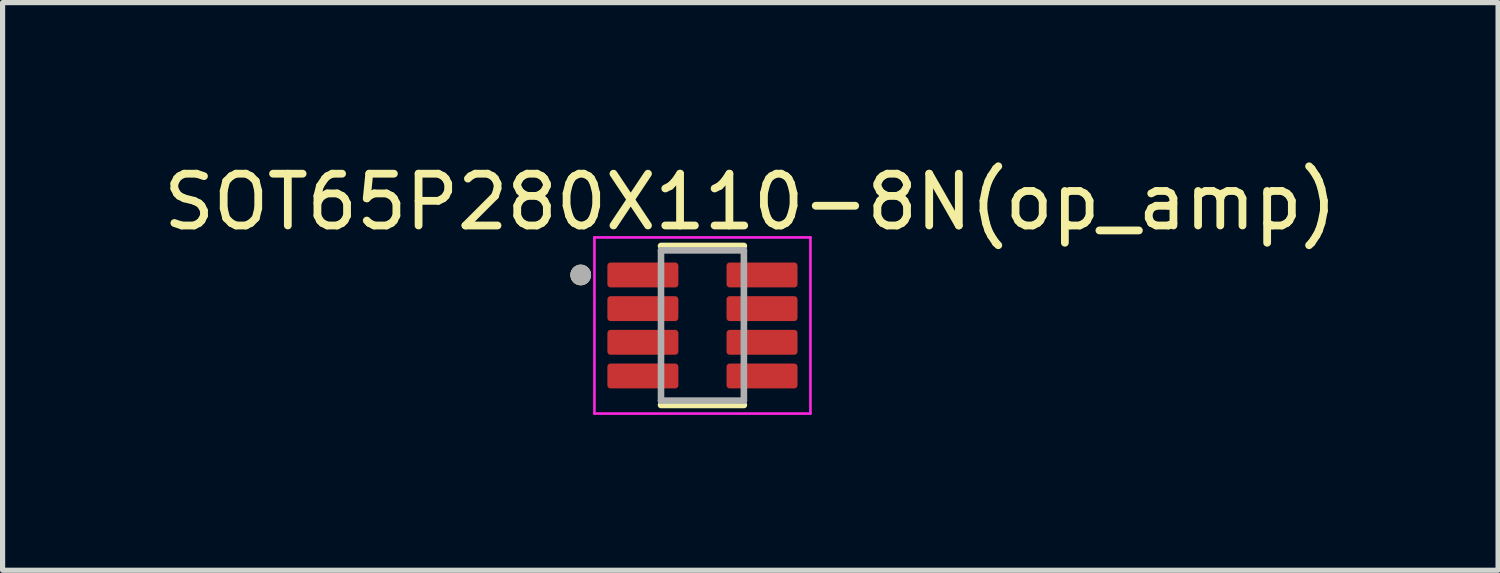
<source format=kicad_pcb>
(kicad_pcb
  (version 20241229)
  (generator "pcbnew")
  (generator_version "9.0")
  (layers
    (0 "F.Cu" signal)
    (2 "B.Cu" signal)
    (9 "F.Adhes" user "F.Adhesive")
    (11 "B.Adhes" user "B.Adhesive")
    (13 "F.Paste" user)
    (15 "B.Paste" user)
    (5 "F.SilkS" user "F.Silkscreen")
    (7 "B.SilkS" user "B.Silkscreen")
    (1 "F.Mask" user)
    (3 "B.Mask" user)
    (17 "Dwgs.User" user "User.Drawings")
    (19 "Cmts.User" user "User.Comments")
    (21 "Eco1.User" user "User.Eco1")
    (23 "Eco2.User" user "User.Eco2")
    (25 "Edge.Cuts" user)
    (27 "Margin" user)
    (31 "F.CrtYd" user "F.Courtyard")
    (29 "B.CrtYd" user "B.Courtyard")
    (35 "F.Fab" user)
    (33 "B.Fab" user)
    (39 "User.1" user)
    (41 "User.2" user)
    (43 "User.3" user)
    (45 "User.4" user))
  (footprint "SOT65P280X110-8N(op_amp)"
    (layer "F.Cu")
    (at 10.51 3.233)
    (property "Reference" "SOT65P280X110-8N(op_amp)" (at 0.925 -2.385 0) (layer "F.SilkS") (effects (font (size 1 1) (thickness 0.15))))
    (attr smd)
    (fp_poly (pts (xy -1.775 -1.265) (xy -0.525 -1.265) (xy -0.519 -1.265) (xy -0.514 -1.264) (xy -0.508 -1.264) (xy -0.502 -1.263) (xy -0.497 -1.261) (xy -0.491 -1.26) (xy -0.486 -1.258) (xy -0.48 -1.255) (xy -0.475 -1.253) (xy -0.47 -1.25) (xy -0.465 -1.247) (xy -0.46 -1.244) (xy -0.456 -1.24) (xy -0.451 -1.237) (xy -0.447 -1.233) (xy -0.443 -1.229) (xy -0.44 -1.224) (xy -0.436 -1.22) (xy -0.433 -1.215) (xy -0.43 -1.21) (xy -0.427 -1.205) (xy -0.425 -1.2) (xy -0.422 -1.194) (xy -0.42 -1.189) (xy -0.419 -1.183) (xy -0.417 -1.178) (xy -0.416 -1.172) (xy -0.416 -1.166) (xy -0.415 -1.161) (xy -0.415 -1.155) (xy -0.415 -0.795) (xy -0.415 -0.789) (xy -0.416 -0.784) (xy -0.416 -0.778) (xy -0.417 -0.772) (xy -0.419 -0.767) (xy -0.42 -0.761) (xy -0.422 -0.756) (xy -0.425 -0.75) (xy -0.427 -0.745) (xy -0.43 -0.74) (xy -0.433 -0.735) (xy -0.436 -0.73) (xy -0.44 -0.726) (xy -0.443 -0.721) (xy -0.447 -0.717) (xy -0.451 -0.713) (xy -0.456 -0.71) (xy -0.46 -0.706) (xy -0.465 -0.703) (xy -0.47 -0.7) (xy -0.475 -0.697) (xy -0.48 -0.695) (xy -0.486 -0.692) (xy -0.491 -0.69) (xy -0.497 -0.689) (xy -0.502 -0.687) (xy -0.508 -0.686) (xy -0.514 -0.686) (xy -0.519 -0.685) (xy -0.525 -0.685) (xy -1.775 -0.685) (xy -1.781 -0.685) (xy -1.786 -0.686) (xy -1.792 -0.686) (xy -1.798 -0.687) (xy -1.803 -0.689) (xy -1.809 -0.69) (xy -1.814 -0.692) (xy -1.82 -0.695) (xy -1.825 -0.697) (xy -1.83 -0.7) (xy -1.835 -0.703) (xy -1.84 -0.706) (xy -1.844 -0.71) (xy -1.849 -0.713) (xy -1.853 -0.717) (xy -1.857 -0.721) (xy -1.86 -0.726) (xy -1.864 -0.73) (xy -1.867 -0.735) (xy -1.87 -0.74) (xy -1.873 -0.745) (xy -1.875 -0.75) (xy -1.878 -0.756) (xy -1.88 -0.761) (xy -1.881 -0.767) (xy -1.883 -0.772) (xy -1.884 -0.778) (xy -1.884 -0.784) (xy -1.885 -0.789) (xy -1.885 -0.795) (xy -1.885 -1.155) (xy -1.885 -1.161) (xy -1.884 -1.166) (xy -1.884 -1.172) (xy -1.883 -1.178) (xy -1.881 -1.183) (xy -1.88 -1.189) (xy -1.878 -1.194) (xy -1.875 -1.2) (xy -1.873 -1.205) (xy -1.87 -1.21) (xy -1.867 -1.215) (xy -1.864 -1.22) (xy -1.86 -1.224) (xy -1.857 -1.229) (xy -1.853 -1.233) (xy -1.849 -1.237) (xy -1.844 -1.24) (xy -1.84 -1.244) (xy -1.835 -1.247) (xy -1.83 -1.25) (xy -1.825 -1.253) (xy -1.82 -1.255) (xy -1.814 -1.258) (xy -1.809 -1.26) (xy -1.803 -1.261) (xy -1.798 -1.263) (xy -1.792 -1.264) (xy -1.786 -1.264) (xy -1.781 -1.265) (xy -1.775 -1.265)) (stroke (width 0.01) (type solid)) (fill yes) (layer "F.Mask"))
    (fp_poly (pts (xy -1.775 -0.615) (xy -0.525 -0.615) (xy -0.519 -0.615) (xy -0.514 -0.614) (xy -0.508 -0.614) (xy -0.502 -0.613) (xy -0.497 -0.611) (xy -0.491 -0.61) (xy -0.486 -0.608) (xy -0.48 -0.605) (xy -0.475 -0.603) (xy -0.47 -0.6) (xy -0.465 -0.597) (xy -0.46 -0.594) (xy -0.456 -0.59) (xy -0.451 -0.587) (xy -0.447 -0.583) (xy -0.443 -0.579) (xy -0.44 -0.574) (xy -0.436 -0.57) (xy -0.433 -0.565) (xy -0.43 -0.56) (xy -0.427 -0.555) (xy -0.425 -0.55) (xy -0.422 -0.544) (xy -0.42 -0.539) (xy -0.419 -0.533) (xy -0.417 -0.528) (xy -0.416 -0.522) (xy -0.416 -0.516) (xy -0.415 -0.511) (xy -0.415 -0.505) (xy -0.415 -0.145) (xy -0.415 -0.139) (xy -0.416 -0.134) (xy -0.416 -0.128) (xy -0.417 -0.122) (xy -0.419 -0.117) (xy -0.42 -0.111) (xy -0.422 -0.106) (xy -0.425 -0.1) (xy -0.427 -0.095) (xy -0.43 -0.09) (xy -0.433 -0.085) (xy -0.436 -0.08) (xy -0.44 -0.076) (xy -0.443 -0.071) (xy -0.447 -0.067) (xy -0.451 -0.063) (xy -0.456 -0.06) (xy -0.46 -0.056) (xy -0.465 -0.053) (xy -0.47 -0.05) (xy -0.475 -0.047) (xy -0.48 -0.045) (xy -0.486 -0.042) (xy -0.491 -0.04) (xy -0.497 -0.039) (xy -0.502 -0.037) (xy -0.508 -0.036) (xy -0.514 -0.036) (xy -0.519 -0.035) (xy -0.525 -0.035) (xy -1.775 -0.035) (xy -1.781 -0.035) (xy -1.786 -0.036) (xy -1.792 -0.036) (xy -1.798 -0.037) (xy -1.803 -0.039) (xy -1.809 -0.04) (xy -1.814 -0.042) (xy -1.82 -0.045) (xy -1.825 -0.047) (xy -1.83 -0.05) (xy -1.835 -0.053) (xy -1.84 -0.056) (xy -1.844 -0.06) (xy -1.849 -0.063) (xy -1.853 -0.067) (xy -1.857 -0.071) (xy -1.86 -0.076) (xy -1.864 -0.08) (xy -1.867 -0.085) (xy -1.87 -0.09) (xy -1.873 -0.095) (xy -1.875 -0.1) (xy -1.878 -0.106) (xy -1.88 -0.111) (xy -1.881 -0.117) (xy -1.883 -0.122) (xy -1.884 -0.128) (xy -1.884 -0.134) (xy -1.885 -0.139) (xy -1.885 -0.145) (xy -1.885 -0.505) (xy -1.885 -0.511) (xy -1.884 -0.516) (xy -1.884 -0.522) (xy -1.883 -0.528) (xy -1.881 -0.533) (xy -1.88 -0.539) (xy -1.878 -0.544) (xy -1.875 -0.55) (xy -1.873 -0.555) (xy -1.87 -0.56) (xy -1.867 -0.565) (xy -1.864 -0.57) (xy -1.86 -0.574) (xy -1.857 -0.579) (xy -1.853 -0.583) (xy -1.849 -0.587) (xy -1.844 -0.59) (xy -1.84 -0.594) (xy -1.835 -0.597) (xy -1.83 -0.6) (xy -1.825 -0.603) (xy -1.82 -0.605) (xy -1.814 -0.608) (xy -1.809 -0.61) (xy -1.803 -0.611) (xy -1.798 -0.613) (xy -1.792 -0.614) (xy -1.786 -0.614) (xy -1.781 -0.615) (xy -1.775 -0.615)) (stroke (width 0.01) (type solid)) (fill yes) (layer "F.Mask"))
    (fp_poly (pts (xy -1.775 0.035) (xy -0.525 0.035) (xy -0.519 0.035) (xy -0.514 0.036) (xy -0.508 0.036) (xy -0.502 0.037) (xy -0.497 0.039) (xy -0.491 0.04) (xy -0.486 0.042) (xy -0.48 0.045) (xy -0.475 0.047) (xy -0.47 0.05) (xy -0.465 0.053) (xy -0.46 0.056) (xy -0.456 0.06) (xy -0.451 0.063) (xy -0.447 0.067) (xy -0.443 0.071) (xy -0.44 0.076) (xy -0.436 0.08) (xy -0.433 0.085) (xy -0.43 0.09) (xy -0.427 0.095) (xy -0.425 0.1) (xy -0.422 0.106) (xy -0.42 0.111) (xy -0.419 0.117) (xy -0.417 0.122) (xy -0.416 0.128) (xy -0.416 0.134) (xy -0.415 0.139) (xy -0.415 0.145) (xy -0.415 0.505) (xy -0.415 0.511) (xy -0.416 0.516) (xy -0.416 0.522) (xy -0.417 0.528) (xy -0.419 0.533) (xy -0.42 0.539) (xy -0.422 0.544) (xy -0.425 0.55) (xy -0.427 0.555) (xy -0.43 0.56) (xy -0.433 0.565) (xy -0.436 0.57) (xy -0.44 0.574) (xy -0.443 0.579) (xy -0.447 0.583) (xy -0.451 0.587) (xy -0.456 0.59) (xy -0.46 0.594) (xy -0.465 0.597) (xy -0.47 0.6) (xy -0.475 0.603) (xy -0.48 0.605) (xy -0.486 0.608) (xy -0.491 0.61) (xy -0.497 0.611) (xy -0.502 0.613) (xy -0.508 0.614) (xy -0.514 0.614) (xy -0.519 0.615) (xy -0.525 0.615) (xy -1.775 0.615) (xy -1.781 0.615) (xy -1.786 0.614) (xy -1.792 0.614) (xy -1.798 0.613) (xy -1.803 0.611) (xy -1.809 0.61) (xy -1.814 0.608) (xy -1.82 0.605) (xy -1.825 0.603) (xy -1.83 0.6) (xy -1.835 0.597) (xy -1.84 0.594) (xy -1.844 0.59) (xy -1.849 0.587) (xy -1.853 0.583) (xy -1.857 0.579) (xy -1.86 0.574) (xy -1.864 0.57) (xy -1.867 0.565) (xy -1.87 0.56) (xy -1.873 0.555) (xy -1.875 0.55) (xy -1.878 0.544) (xy -1.88 0.539) (xy -1.881 0.533) (xy -1.883 0.528) (xy -1.884 0.522) (xy -1.884 0.516) (xy -1.885 0.511) (xy -1.885 0.505) (xy -1.885 0.145) (xy -1.885 0.139) (xy -1.884 0.134) (xy -1.884 0.128) (xy -1.883 0.122) (xy -1.881 0.117) (xy -1.88 0.111) (xy -1.878 0.106) (xy -1.875 0.1) (xy -1.873 0.095) (xy -1.87 0.09) (xy -1.867 0.085) (xy -1.864 0.08) (xy -1.86 0.076) (xy -1.857 0.071) (xy -1.853 0.067) (xy -1.849 0.063) (xy -1.844 0.06) (xy -1.84 0.056) (xy -1.835 0.053) (xy -1.83 0.05) (xy -1.825 0.047) (xy -1.82 0.045) (xy -1.814 0.042) (xy -1.809 0.04) (xy -1.803 0.039) (xy -1.798 0.037) (xy -1.792 0.036) (xy -1.786 0.036) (xy -1.781 0.035) (xy -1.775 0.035)) (stroke (width 0.01) (type solid)) (fill yes) (layer "F.Mask"))
    (fp_poly (pts (xy -1.775 0.685) (xy -0.525 0.685) (xy -0.519 0.685) (xy -0.514 0.686) (xy -0.508 0.686) (xy -0.502 0.687) (xy -0.497 0.689) (xy -0.491 0.69) (xy -0.486 0.692) (xy -0.48 0.695) (xy -0.475 0.697) (xy -0.47 0.7) (xy -0.465 0.703) (xy -0.46 0.706) (xy -0.456 0.71) (xy -0.451 0.713) (xy -0.447 0.717) (xy -0.443 0.721) (xy -0.44 0.726) (xy -0.436 0.73) (xy -0.433 0.735) (xy -0.43 0.74) (xy -0.427 0.745) (xy -0.425 0.75) (xy -0.422 0.756) (xy -0.42 0.761) (xy -0.419 0.767) (xy -0.417 0.772) (xy -0.416 0.778) (xy -0.416 0.784) (xy -0.415 0.789) (xy -0.415 0.795) (xy -0.415 1.155) (xy -0.415 1.161) (xy -0.416 1.166) (xy -0.416 1.172) (xy -0.417 1.178) (xy -0.419 1.183) (xy -0.42 1.189) (xy -0.422 1.194) (xy -0.425 1.2) (xy -0.427 1.205) (xy -0.43 1.21) (xy -0.433 1.215) (xy -0.436 1.22) (xy -0.44 1.224) (xy -0.443 1.229) (xy -0.447 1.233) (xy -0.451 1.237) (xy -0.456 1.24) (xy -0.46 1.244) (xy -0.465 1.247) (xy -0.47 1.25) (xy -0.475 1.253) (xy -0.48 1.255) (xy -0.486 1.258) (xy -0.491 1.26) (xy -0.497 1.261) (xy -0.502 1.263) (xy -0.508 1.264) (xy -0.514 1.264) (xy -0.519 1.265) (xy -0.525 1.265) (xy -1.775 1.265) (xy -1.781 1.265) (xy -1.786 1.264) (xy -1.792 1.264) (xy -1.798 1.263) (xy -1.803 1.261) (xy -1.809 1.26) (xy -1.814 1.258) (xy -1.82 1.255) (xy -1.825 1.253) (xy -1.83 1.25) (xy -1.835 1.247) (xy -1.84 1.244) (xy -1.844 1.24) (xy -1.849 1.237) (xy -1.853 1.233) (xy -1.857 1.229) (xy -1.86 1.224) (xy -1.864 1.22) (xy -1.867 1.215) (xy -1.87 1.21) (xy -1.873 1.205) (xy -1.875 1.2) (xy -1.878 1.194) (xy -1.88 1.189) (xy -1.881 1.183) (xy -1.883 1.178) (xy -1.884 1.172) (xy -1.884 1.166) (xy -1.885 1.161) (xy -1.885 1.155) (xy -1.885 0.795) (xy -1.885 0.789) (xy -1.884 0.784) (xy -1.884 0.778) (xy -1.883 0.772) (xy -1.881 0.767) (xy -1.88 0.761) (xy -1.878 0.756) (xy -1.875 0.75) (xy -1.873 0.745) (xy -1.87 0.74) (xy -1.867 0.735) (xy -1.864 0.73) (xy -1.86 0.726) (xy -1.857 0.721) (xy -1.853 0.717) (xy -1.849 0.713) (xy -1.844 0.71) (xy -1.84 0.706) (xy -1.835 0.703) (xy -1.83 0.7) (xy -1.825 0.697) (xy -1.82 0.695) (xy -1.814 0.692) (xy -1.809 0.69) (xy -1.803 0.689) (xy -1.798 0.687) (xy -1.792 0.686) (xy -1.786 0.686) (xy -1.781 0.685) (xy -1.775 0.685)) (stroke (width 0.01) (type solid)) (fill yes) (layer "F.Mask"))
    (fp_poly (pts (xy 1.775 -0.685) (xy 0.525 -0.685) (xy 0.519 -0.685) (xy 0.514 -0.686) (xy 0.508 -0.686) (xy 0.502 -0.687) (xy 0.497 -0.689) (xy 0.491 -0.69) (xy 0.486 -0.692) (xy 0.48 -0.695) (xy 0.475 -0.697) (xy 0.47 -0.7) (xy 0.465 -0.703) (xy 0.46 -0.706) (xy 0.456 -0.71) (xy 0.451 -0.713) (xy 0.447 -0.717) (xy 0.443 -0.721) (xy 0.44 -0.726) (xy 0.436 -0.73) (xy 0.433 -0.735) (xy 0.43 -0.74) (xy 0.427 -0.745) (xy 0.425 -0.75) (xy 0.422 -0.756) (xy 0.42 -0.761) (xy 0.419 -0.767) (xy 0.417 -0.772) (xy 0.416 -0.778) (xy 0.416 -0.784) (xy 0.415 -0.789) (xy 0.415 -0.795) (xy 0.415 -1.155) (xy 0.415 -1.161) (xy 0.416 -1.166) (xy 0.416 -1.172) (xy 0.417 -1.178) (xy 0.419 -1.183) (xy 0.42 -1.189) (xy 0.422 -1.194) (xy 0.425 -1.2) (xy 0.427 -1.205) (xy 0.43 -1.21) (xy 0.433 -1.215) (xy 0.436 -1.22) (xy 0.44 -1.224) (xy 0.443 -1.229) (xy 0.447 -1.233) (xy 0.451 -1.237) (xy 0.456 -1.24) (xy 0.46 -1.244) (xy 0.465 -1.247) (xy 0.47 -1.25) (xy 0.475 -1.253) (xy 0.48 -1.255) (xy 0.486 -1.258) (xy 0.491 -1.26) (xy 0.497 -1.261) (xy 0.502 -1.263) (xy 0.508 -1.264) (xy 0.514 -1.264) (xy 0.519 -1.265) (xy 0.525 -1.265) (xy 1.775 -1.265) (xy 1.781 -1.265) (xy 1.786 -1.264) (xy 1.792 -1.264) (xy 1.798 -1.263) (xy 1.803 -1.261) (xy 1.809 -1.26) (xy 1.814 -1.258) (xy 1.82 -1.255) (xy 1.825 -1.253) (xy 1.83 -1.25) (xy 1.835 -1.247) (xy 1.84 -1.244) (xy 1.844 -1.24) (xy 1.849 -1.237) (xy 1.853 -1.233) (xy 1.857 -1.229) (xy 1.86 -1.224) (xy 1.864 -1.22) (xy 1.867 -1.215) (xy 1.87 -1.21) (xy 1.873 -1.205) (xy 1.875 -1.2) (xy 1.878 -1.194) (xy 1.88 -1.189) (xy 1.881 -1.183) (xy 1.883 -1.178) (xy 1.884 -1.172) (xy 1.884 -1.166) (xy 1.885 -1.161) (xy 1.885 -1.155) (xy 1.885 -0.795) (xy 1.885 -0.789) (xy 1.884 -0.784) (xy 1.884 -0.778) (xy 1.883 -0.772) (xy 1.881 -0.767) (xy 1.88 -0.761) (xy 1.878 -0.756) (xy 1.875 -0.75) (xy 1.873 -0.745) (xy 1.87 -0.74) (xy 1.867 -0.735) (xy 1.864 -0.73) (xy 1.86 -0.726) (xy 1.857 -0.721) (xy 1.853 -0.717) (xy 1.849 -0.713) (xy 1.844 -0.71) (xy 1.84 -0.706) (xy 1.835 -0.703) (xy 1.83 -0.7) (xy 1.825 -0.697) (xy 1.82 -0.695) (xy 1.814 -0.692) (xy 1.809 -0.69) (xy 1.803 -0.689) (xy 1.798 -0.687) (xy 1.792 -0.686) (xy 1.786 -0.686) (xy 1.781 -0.685) (xy 1.775 -0.685)) (stroke (width 0.01) (type solid)) (fill yes) (layer "F.Mask"))
    (fp_poly (pts (xy 1.775 -0.035) (xy 0.525 -0.035) (xy 0.519 -0.035) (xy 0.514 -0.036) (xy 0.508 -0.036) (xy 0.502 -0.037) (xy 0.497 -0.039) (xy 0.491 -0.04) (xy 0.486 -0.042) (xy 0.48 -0.045) (xy 0.475 -0.047) (xy 0.47 -0.05) (xy 0.465 -0.053) (xy 0.46 -0.056) (xy 0.456 -0.06) (xy 0.451 -0.063) (xy 0.447 -0.067) (xy 0.443 -0.071) (xy 0.44 -0.076) (xy 0.436 -0.08) (xy 0.433 -0.085) (xy 0.43 -0.09) (xy 0.427 -0.095) (xy 0.425 -0.1) (xy 0.422 -0.106) (xy 0.42 -0.111) (xy 0.419 -0.117) (xy 0.417 -0.122) (xy 0.416 -0.128) (xy 0.416 -0.134) (xy 0.415 -0.139) (xy 0.415 -0.145) (xy 0.415 -0.505) (xy 0.415 -0.511) (xy 0.416 -0.516) (xy 0.416 -0.522) (xy 0.417 -0.528) (xy 0.419 -0.533) (xy 0.42 -0.539) (xy 0.422 -0.544) (xy 0.425 -0.55) (xy 0.427 -0.555) (xy 0.43 -0.56) (xy 0.433 -0.565) (xy 0.436 -0.57) (xy 0.44 -0.574) (xy 0.443 -0.579) (xy 0.447 -0.583) (xy 0.451 -0.587) (xy 0.456 -0.59) (xy 0.46 -0.594) (xy 0.465 -0.597) (xy 0.47 -0.6) (xy 0.475 -0.603) (xy 0.48 -0.605) (xy 0.486 -0.608) (xy 0.491 -0.61) (xy 0.497 -0.611) (xy 0.502 -0.613) (xy 0.508 -0.614) (xy 0.514 -0.614) (xy 0.519 -0.615) (xy 0.525 -0.615) (xy 1.775 -0.615) (xy 1.781 -0.615) (xy 1.786 -0.614) (xy 1.792 -0.614) (xy 1.798 -0.613) (xy 1.803 -0.611) (xy 1.809 -0.61) (xy 1.814 -0.608) (xy 1.82 -0.605) (xy 1.825 -0.603) (xy 1.83 -0.6) (xy 1.835 -0.597) (xy 1.84 -0.594) (xy 1.844 -0.59) (xy 1.849 -0.587) (xy 1.853 -0.583) (xy 1.857 -0.579) (xy 1.86 -0.574) (xy 1.864 -0.57) (xy 1.867 -0.565) (xy 1.87 -0.56) (xy 1.873 -0.555) (xy 1.875 -0.55) (xy 1.878 -0.544) (xy 1.88 -0.539) (xy 1.881 -0.533) (xy 1.883 -0.528) (xy 1.884 -0.522) (xy 1.884 -0.516) (xy 1.885 -0.511) (xy 1.885 -0.505) (xy 1.885 -0.145) (xy 1.885 -0.139) (xy 1.884 -0.134) (xy 1.884 -0.128) (xy 1.883 -0.122) (xy 1.881 -0.117) (xy 1.88 -0.111) (xy 1.878 -0.106) (xy 1.875 -0.1) (xy 1.873 -0.095) (xy 1.87 -0.09) (xy 1.867 -0.085) (xy 1.864 -0.08) (xy 1.86 -0.076) (xy 1.857 -0.071) (xy 1.853 -0.067) (xy 1.849 -0.063) (xy 1.844 -0.06) (xy 1.84 -0.056) (xy 1.835 -0.053) (xy 1.83 -0.05) (xy 1.825 -0.047) (xy 1.82 -0.045) (xy 1.814 -0.042) (xy 1.809 -0.04) (xy 1.803 -0.039) (xy 1.798 -0.037) (xy 1.792 -0.036) (xy 1.786 -0.036) (xy 1.781 -0.035) (xy 1.775 -0.035)) (stroke (width 0.01) (type solid)) (fill yes) (layer "F.Mask"))
    (fp_poly (pts (xy 1.775 0.615) (xy 0.525 0.615) (xy 0.519 0.615) (xy 0.514 0.614) (xy 0.508 0.614) (xy 0.502 0.613) (xy 0.497 0.611) (xy 0.491 0.61) (xy 0.486 0.608) (xy 0.48 0.605) (xy 0.475 0.603) (xy 0.47 0.6) (xy 0.465 0.597) (xy 0.46 0.594) (xy 0.456 0.59) (xy 0.451 0.587) (xy 0.447 0.583) (xy 0.443 0.579) (xy 0.44 0.574) (xy 0.436 0.57) (xy 0.433 0.565) (xy 0.43 0.56) (xy 0.427 0.555) (xy 0.425 0.55) (xy 0.422 0.544) (xy 0.42 0.539) (xy 0.419 0.533) (xy 0.417 0.528) (xy 0.416 0.522) (xy 0.416 0.516) (xy 0.415 0.511) (xy 0.415 0.505) (xy 0.415 0.145) (xy 0.415 0.139) (xy 0.416 0.134) (xy 0.416 0.128) (xy 0.417 0.122) (xy 0.419 0.117) (xy 0.42 0.111) (xy 0.422 0.106) (xy 0.425 0.1) (xy 0.427 0.095) (xy 0.43 0.09) (xy 0.433 0.085) (xy 0.436 0.08) (xy 0.44 0.076) (xy 0.443 0.071) (xy 0.447 0.067) (xy 0.451 0.063) (xy 0.456 0.06) (xy 0.46 0.056) (xy 0.465 0.053) (xy 0.47 0.05) (xy 0.475 0.047) (xy 0.48 0.045) (xy 0.486 0.042) (xy 0.491 0.04) (xy 0.497 0.039) (xy 0.502 0.037) (xy 0.508 0.036) (xy 0.514 0.036) (xy 0.519 0.035) (xy 0.525 0.035) (xy 1.775 0.035) (xy 1.781 0.035) (xy 1.786 0.036) (xy 1.792 0.036) (xy 1.798 0.037) (xy 1.803 0.039) (xy 1.809 0.04) (xy 1.814 0.042) (xy 1.82 0.045) (xy 1.825 0.047) (xy 1.83 0.05) (xy 1.835 0.053) (xy 1.84 0.056) (xy 1.844 0.06) (xy 1.849 0.063) (xy 1.853 0.067) (xy 1.857 0.071) (xy 1.86 0.076) (xy 1.864 0.08) (xy 1.867 0.085) (xy 1.87 0.09) (xy 1.873 0.095) (xy 1.875 0.1) (xy 1.878 0.106) (xy 1.88 0.111) (xy 1.881 0.117) (xy 1.883 0.122) (xy 1.884 0.128) (xy 1.884 0.134) (xy 1.885 0.139) (xy 1.885 0.145) (xy 1.885 0.505) (xy 1.885 0.511) (xy 1.884 0.516) (xy 1.884 0.522) (xy 1.883 0.528) (xy 1.881 0.533) (xy 1.88 0.539) (xy 1.878 0.544) (xy 1.875 0.55) (xy 1.873 0.555) (xy 1.87 0.56) (xy 1.867 0.565) (xy 1.864 0.57) (xy 1.86 0.574) (xy 1.857 0.579) (xy 1.853 0.583) (xy 1.849 0.587) (xy 1.844 0.59) (xy 1.84 0.594) (xy 1.835 0.597) (xy 1.83 0.6) (xy 1.825 0.603) (xy 1.82 0.605) (xy 1.814 0.608) (xy 1.809 0.61) (xy 1.803 0.611) (xy 1.798 0.613) (xy 1.792 0.614) (xy 1.786 0.614) (xy 1.781 0.615) (xy 1.775 0.615)) (stroke (width 0.01) (type solid)) (fill yes) (layer "F.Mask"))
    (fp_poly (pts (xy 1.775 1.265) (xy 0.525 1.265) (xy 0.519 1.265) (xy 0.514 1.264) (xy 0.508 1.264) (xy 0.502 1.263) (xy 0.497 1.261) (xy 0.491 1.26) (xy 0.486 1.258) (xy 0.48 1.255) (xy 0.475 1.253) (xy 0.47 1.25) (xy 0.465 1.247) (xy 0.46 1.244) (xy 0.456 1.24) (xy 0.451 1.237) (xy 0.447 1.233) (xy 0.443 1.229) (xy 0.44 1.224) (xy 0.436 1.22) (xy 0.433 1.215) (xy 0.43 1.21) (xy 0.427 1.205) (xy 0.425 1.2) (xy 0.422 1.194) (xy 0.42 1.189) (xy 0.419 1.183) (xy 0.417 1.178) (xy 0.416 1.172) (xy 0.416 1.166) (xy 0.415 1.161) (xy 0.415 1.155) (xy 0.415 0.795) (xy 0.415 0.789) (xy 0.416 0.784) (xy 0.416 0.778) (xy 0.417 0.772) (xy 0.419 0.767) (xy 0.42 0.761) (xy 0.422 0.756) (xy 0.425 0.75) (xy 0.427 0.745) (xy 0.43 0.74) (xy 0.433 0.735) (xy 0.436 0.73) (xy 0.44 0.726) (xy 0.443 0.721) (xy 0.447 0.717) (xy 0.451 0.713) (xy 0.456 0.71) (xy 0.46 0.706) (xy 0.465 0.703) (xy 0.47 0.7) (xy 0.475 0.697) (xy 0.48 0.695) (xy 0.486 0.692) (xy 0.491 0.69) (xy 0.497 0.689) (xy 0.502 0.687) (xy 0.508 0.686) (xy 0.514 0.686) (xy 0.519 0.685) (xy 0.525 0.685) (xy 1.775 0.685) (xy 1.781 0.685) (xy 1.786 0.686) (xy 1.792 0.686) (xy 1.798 0.687) (xy 1.803 0.689) (xy 1.809 0.69) (xy 1.814 0.692) (xy 1.82 0.695) (xy 1.825 0.697) (xy 1.83 0.7) (xy 1.835 0.703) (xy 1.84 0.706) (xy 1.844 0.71) (xy 1.849 0.713) (xy 1.853 0.717) (xy 1.857 0.721) (xy 1.86 0.726) (xy 1.864 0.73) (xy 1.867 0.735) (xy 1.87 0.74) (xy 1.873 0.745) (xy 1.875 0.75) (xy 1.878 0.756) (xy 1.88 0.761) (xy 1.881 0.767) (xy 1.883 0.772) (xy 1.884 0.778) (xy 1.884 0.784) (xy 1.885 0.789) (xy 1.885 0.795) (xy 1.885 1.155) (xy 1.885 1.161) (xy 1.884 1.166) (xy 1.884 1.172) (xy 1.883 1.178) (xy 1.881 1.183) (xy 1.88 1.189) (xy 1.878 1.194) (xy 1.875 1.2) (xy 1.873 1.205) (xy 1.87 1.21) (xy 1.867 1.215) (xy 1.864 1.22) (xy 1.86 1.224) (xy 1.857 1.229) (xy 1.853 1.233) (xy 1.849 1.237) (xy 1.844 1.24) (xy 1.84 1.244) (xy 1.835 1.247) (xy 1.83 1.25) (xy 1.825 1.253) (xy 1.82 1.255) (xy 1.814 1.258) (xy 1.809 1.26) (xy 1.803 1.261) (xy 1.798 1.263) (xy 1.792 1.264) (xy 1.786 1.264) (xy 1.781 1.265) (xy 1.775 1.265)) (stroke (width 0.01) (type solid)) (fill yes) (layer "F.Mask"))
    (fp_line (start -0.8 -1.535) (end 0.8 -1.535) (stroke (width 0.127) (type solid)) (layer "F.SilkS"))
    (fp_line (start -0.8 1.535) (end 0.8 1.535) (stroke (width 0.127) (type solid)) (layer "F.SilkS"))
    (fp_circle (center -2.35 -0.975) (end -2.25 -0.975) (stroke (width 0.2) (type solid)) (fill no) (layer "F.SilkS"))
    (fp_line (start -2.085 -1.7) (end 2.085 -1.7) (stroke (width 0.05) (type solid)) (layer "F.CrtYd"))
    (fp_line (start -2.085 1.7) (end -2.085 -1.7) (stroke (width 0.05) (type solid)) (layer "F.CrtYd"))
    (fp_line (start 2.085 -1.7) (end 2.085 1.7) (stroke (width 0.05) (type solid)) (layer "F.CrtYd"))
    (fp_line (start 2.085 1.7) (end -2.085 1.7) (stroke (width 0.05) (type solid)) (layer "F.CrtYd"))
    (fp_line (start -0.8 -1.45) (end 0.8 -1.45) (stroke (width 0.127) (type solid)) (layer "F.Fab"))
    (fp_line (start -0.8 1.45) (end -0.8 -1.45) (stroke (width 0.127) (type solid)) (layer "F.Fab"))
    (fp_line (start 0.8 -1.45) (end 0.8 1.45) (stroke (width 0.127) (type solid)) (layer "F.Fab"))
    (fp_line (start 0.8 1.45) (end -0.8 1.45) (stroke (width 0.127) (type solid)) (layer "F.Fab"))
    (fp_circle (center -2.35 -0.975) (end -2.25 -0.975) (stroke (width 0.2) (type solid)) (fill no) (layer "F.Fab"))
    (pad "1" smd roundrect (at -1.15 -0.975) (size 1.37 0.48) (layers "F.Cu" "F.Paste") (roundrect_rratio 0.125))
    (pad "2" smd roundrect (at -1.15 -0.325) (size 1.37 0.48) (layers "F.Cu" "F.Paste") (roundrect_rratio 0.125))
    (pad "3" smd roundrect (at -1.15 0.325) (size 1.37 0.48) (layers "F.Cu" "F.Paste") (roundrect_rratio 0.125))
    (pad "4" smd roundrect (at -1.15 0.975) (size 1.37 0.48) (layers "F.Cu" "F.Paste") (roundrect_rratio 0.125))
    (pad "5" smd roundrect (at 1.15 0.975) (size 1.37 0.48) (layers "F.Cu" "F.Paste") (roundrect_rratio 0.125))
    (pad "6" smd roundrect (at 1.15 0.325) (size 1.37 0.48) (layers "F.Cu" "F.Paste") (roundrect_rratio 0.125))
    (pad "7" smd roundrect (at 1.15 -0.325) (size 1.37 0.48) (layers "F.Cu" "F.Paste") (roundrect_rratio 0.125))
    (pad "8" smd roundrect (at 1.15 -0.975) (size 1.37 0.48) (layers "F.Cu" "F.Paste") (roundrect_rratio 0.125)))
  (gr_rect
    (start -3 -3)
    (end 25.869 7.958)
    (stroke (width 0.1) (type default))
    (fill no)
    (layer "Edge.Cuts")))
</source>
